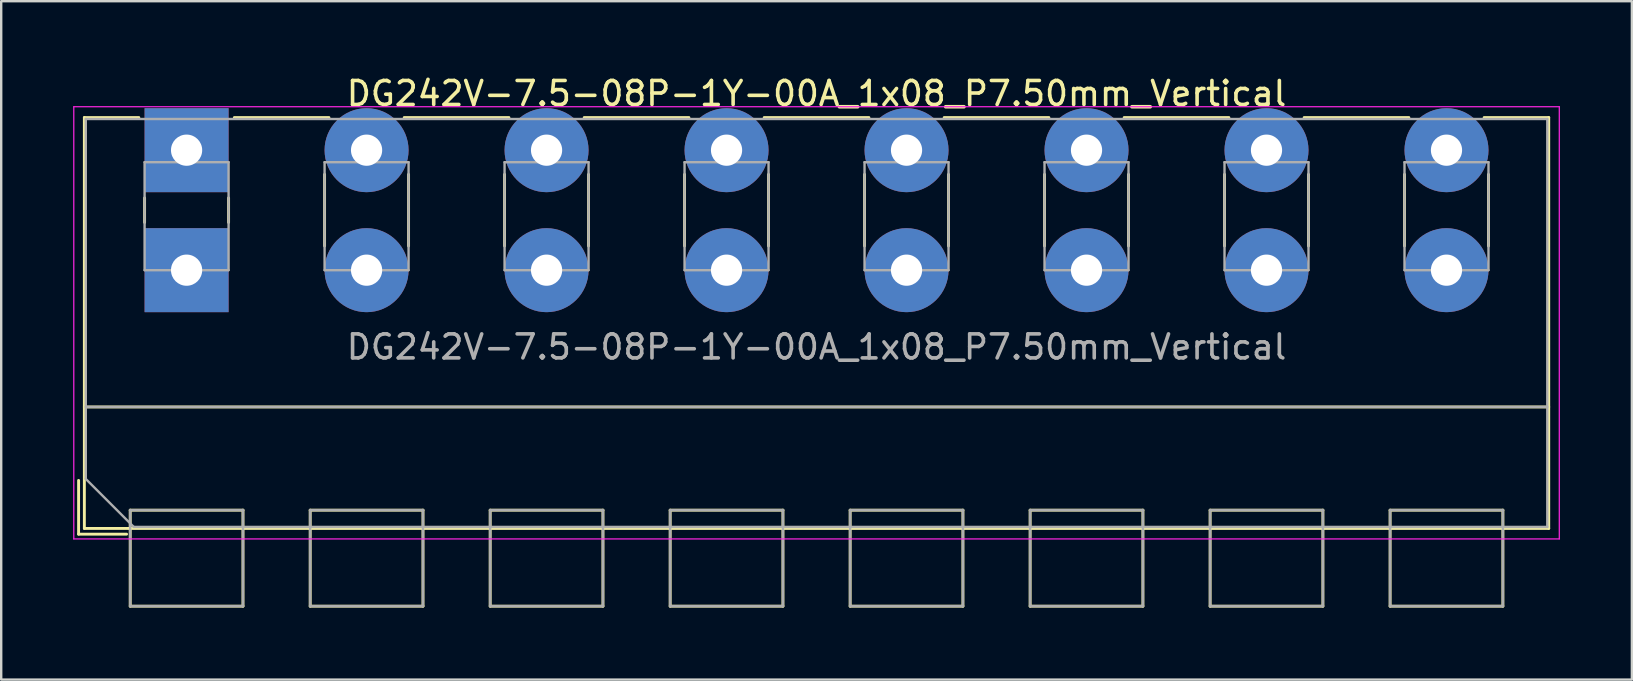
<source format=kicad_pcb>
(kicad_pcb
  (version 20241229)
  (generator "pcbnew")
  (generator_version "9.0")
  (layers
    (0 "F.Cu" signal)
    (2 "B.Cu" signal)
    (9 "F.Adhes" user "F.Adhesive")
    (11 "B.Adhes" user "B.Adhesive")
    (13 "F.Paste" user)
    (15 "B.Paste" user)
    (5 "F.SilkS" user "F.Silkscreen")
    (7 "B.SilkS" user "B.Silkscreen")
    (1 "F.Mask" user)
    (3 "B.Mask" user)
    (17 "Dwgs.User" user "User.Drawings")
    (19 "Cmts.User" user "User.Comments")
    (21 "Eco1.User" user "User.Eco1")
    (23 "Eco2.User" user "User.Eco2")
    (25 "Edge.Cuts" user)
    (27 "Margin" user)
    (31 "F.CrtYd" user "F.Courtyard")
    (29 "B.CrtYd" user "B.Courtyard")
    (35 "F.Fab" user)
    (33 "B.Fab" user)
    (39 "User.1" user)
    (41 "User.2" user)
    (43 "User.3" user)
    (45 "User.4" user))
  (footprint "DG242V-7.5-08P-1Y-00A_1x08_P7.50mm_Vertical"
    (layer "F.Cu")
    (at 4.725 8.208)
    (property "Reference" "DG242V-7.5-08P-1Y-00A_1x08_P7.50mm_Vertical" (at 26.25 -7.36 0) (layer "F.SilkS") (effects (font (size 1 1) (thickness 0.15))))
    (attr through_hole)
    (fp_line (start -4.5 8.76) (end -4.5 11) (stroke (width 0.12) (type solid)) (layer "F.SilkS"))
    (fp_line (start -4.5 11) (end -2.5 11) (stroke (width 0.12) (type solid)) (layer "F.SilkS"))
    (fp_line (start -4.26 -6.36) (end -4.26 10.761) (stroke (width 0.12) (type solid)) (layer "F.SilkS"))
    (fp_line (start -4.26 -6.36) (end -1.99 -6.36) (stroke (width 0.12) (type solid)) (layer "F.SilkS"))
    (fp_line (start -4.26 5.7) (end 56.76 5.7) (stroke (width 0.12) (type solid)) (layer "F.SilkS"))
    (fp_line (start -4.26 10.761) (end 56.76 10.761) (stroke (width 0.12) (type solid)) (layer "F.SilkS"))
    (fp_line (start -2.35 10) (end -2.35 14) (stroke (width 0.12) (type solid)) (layer "F.SilkS"))
    (fp_line (start -2.35 10) (end 2.35 10) (stroke (width 0.12) (type solid)) (layer "F.SilkS"))
    (fp_line (start -2.35 14) (end 2.35 14) (stroke (width 0.12) (type solid)) (layer "F.SilkS"))
    (fp_line (start -1.75 -3.01) (end -1.75 -1.99) (stroke (width 0.12) (type solid)) (layer "F.SilkS"))
    (fp_line (start 1.75 -3.01) (end 1.75 -1.99) (stroke (width 0.12) (type solid)) (layer "F.SilkS"))
    (fp_line (start 1.99 -6.36) (end 5.932 -6.36) (stroke (width 0.12) (type solid)) (layer "F.SilkS"))
    (fp_line (start 2.35 10) (end 2.35 14) (stroke (width 0.12) (type solid)) (layer "F.SilkS"))
    (fp_line (start 5.15 10) (end 5.15 14) (stroke (width 0.12) (type solid)) (layer "F.SilkS"))
    (fp_line (start 5.15 10) (end 9.851 10) (stroke (width 0.12) (type solid)) (layer "F.SilkS"))
    (fp_line (start 5.15 14) (end 9.851 14) (stroke (width 0.12) (type solid)) (layer "F.SilkS"))
    (fp_line (start 5.75 -3.99) (end 5.75 -1.01) (stroke (width 0.12) (type solid)) (layer "F.SilkS"))
    (fp_line (start 9.069 -6.36) (end 13.432 -6.36) (stroke (width 0.12) (type solid)) (layer "F.SilkS"))
    (fp_line (start 9.25 -3.99) (end 9.25 -1.01) (stroke (width 0.12) (type solid)) (layer "F.SilkS"))
    (fp_line (start 9.851 10) (end 9.851 14) (stroke (width 0.12) (type solid)) (layer "F.SilkS"))
    (fp_line (start 12.65 10) (end 12.65 14) (stroke (width 0.12) (type solid)) (layer "F.SilkS"))
    (fp_line (start 12.65 10) (end 17.35 10) (stroke (width 0.12) (type solid)) (layer "F.SilkS"))
    (fp_line (start 12.65 14) (end 17.35 14) (stroke (width 0.12) (type solid)) (layer "F.SilkS"))
    (fp_line (start 13.25 -3.99) (end 13.25 -1.01) (stroke (width 0.12) (type solid)) (layer "F.SilkS"))
    (fp_line (start 16.569 -6.36) (end 20.932 -6.36) (stroke (width 0.12) (type solid)) (layer "F.SilkS"))
    (fp_line (start 16.75 -3.99) (end 16.75 -1.01) (stroke (width 0.12) (type solid)) (layer "F.SilkS"))
    (fp_line (start 17.35 10) (end 17.35 14) (stroke (width 0.12) (type solid)) (layer "F.SilkS"))
    (fp_line (start 20.15 10) (end 20.15 14) (stroke (width 0.12) (type solid)) (layer "F.SilkS"))
    (fp_line (start 20.15 10) (end 24.85 10) (stroke (width 0.12) (type solid)) (layer "F.SilkS"))
    (fp_line (start 20.15 14) (end 24.85 14) (stroke (width 0.12) (type solid)) (layer "F.SilkS"))
    (fp_line (start 20.75 -3.99) (end 20.75 -1.01) (stroke (width 0.12) (type solid)) (layer "F.SilkS"))
    (fp_line (start 24.069 -6.36) (end 28.432 -6.36) (stroke (width 0.12) (type solid)) (layer "F.SilkS"))
    (fp_line (start 24.25 -3.99) (end 24.25 -1.01) (stroke (width 0.12) (type solid)) (layer "F.SilkS"))
    (fp_line (start 24.85 10) (end 24.85 14) (stroke (width 0.12) (type solid)) (layer "F.SilkS"))
    (fp_line (start 27.65 10) (end 27.65 14) (stroke (width 0.12) (type solid)) (layer "F.SilkS"))
    (fp_line (start 27.65 10) (end 32.35 10) (stroke (width 0.12) (type solid)) (layer "F.SilkS"))
    (fp_line (start 27.65 14) (end 32.35 14) (stroke (width 0.12) (type solid)) (layer "F.SilkS"))
    (fp_line (start 28.25 -3.99) (end 28.25 -1.01) (stroke (width 0.12) (type solid)) (layer "F.SilkS"))
    (fp_line (start 31.569 -6.36) (end 35.932 -6.36) (stroke (width 0.12) (type solid)) (layer "F.SilkS"))
    (fp_line (start 31.75 -3.99) (end 31.75 -1.01) (stroke (width 0.12) (type solid)) (layer "F.SilkS"))
    (fp_line (start 32.35 10) (end 32.35 14) (stroke (width 0.12) (type solid)) (layer "F.SilkS"))
    (fp_line (start 35.15 10) (end 35.15 14) (stroke (width 0.12) (type solid)) (layer "F.SilkS"))
    (fp_line (start 35.15 10) (end 39.85 10) (stroke (width 0.12) (type solid)) (layer "F.SilkS"))
    (fp_line (start 35.15 14) (end 39.85 14) (stroke (width 0.12) (type solid)) (layer "F.SilkS"))
    (fp_line (start 35.75 -3.99) (end 35.75 -1.01) (stroke (width 0.12) (type solid)) (layer "F.SilkS"))
    (fp_line (start 39.069 -6.36) (end 43.432 -6.36) (stroke (width 0.12) (type solid)) (layer "F.SilkS"))
    (fp_line (start 39.25 -3.99) (end 39.25 -1.01) (stroke (width 0.12) (type solid)) (layer "F.SilkS"))
    (fp_line (start 39.85 10) (end 39.85 14) (stroke (width 0.12) (type solid)) (layer "F.SilkS"))
    (fp_line (start 42.65 10) (end 42.65 14) (stroke (width 0.12) (type solid)) (layer "F.SilkS"))
    (fp_line (start 42.65 10) (end 47.35 10) (stroke (width 0.12) (type solid)) (layer "F.SilkS"))
    (fp_line (start 42.65 14) (end 47.35 14) (stroke (width 0.12) (type solid)) (layer "F.SilkS"))
    (fp_line (start 43.25 -3.99) (end 43.25 -1.01) (stroke (width 0.12) (type solid)) (layer "F.SilkS"))
    (fp_line (start 46.569 -6.36) (end 50.932 -6.36) (stroke (width 0.12) (type solid)) (layer "F.SilkS"))
    (fp_line (start 46.75 -3.99) (end 46.75 -1.01) (stroke (width 0.12) (type solid)) (layer "F.SilkS"))
    (fp_line (start 47.35 10) (end 47.35 14) (stroke (width 0.12) (type solid)) (layer "F.SilkS"))
    (fp_line (start 50.15 10) (end 50.15 14) (stroke (width 0.12) (type solid)) (layer "F.SilkS"))
    (fp_line (start 50.15 10) (end 54.85 10) (stroke (width 0.12) (type solid)) (layer "F.SilkS"))
    (fp_line (start 50.15 14) (end 54.85 14) (stroke (width 0.12) (type solid)) (layer "F.SilkS"))
    (fp_line (start 50.75 -3.99) (end 50.75 -1.01) (stroke (width 0.12) (type solid)) (layer "F.SilkS"))
    (fp_line (start 54.069 -6.36) (end 56.76 -6.36) (stroke (width 0.12) (type solid)) (layer "F.SilkS"))
    (fp_line (start 54.25 -3.99) (end 54.25 -1.01) (stroke (width 0.12) (type solid)) (layer "F.SilkS"))
    (fp_line (start 54.85 10) (end 54.85 14) (stroke (width 0.12) (type solid)) (layer "F.SilkS"))
    (fp_line (start 56.76 -6.36) (end 56.76 10.761) (stroke (width 0.12) (type solid)) (layer "F.SilkS"))
    (fp_line (start -4.7 -6.81) (end -4.7 11.2) (stroke (width 0.05) (type solid)) (layer "F.CrtYd"))
    (fp_line (start -4.7 11.2) (end 57.2 11.2) (stroke (width 0.05) (type solid)) (layer "F.CrtYd"))
    (fp_line (start 57.2 -6.81) (end -4.7 -6.81) (stroke (width 0.05) (type solid)) (layer "F.CrtYd"))
    (fp_line (start 57.2 11.2) (end 57.2 -6.81) (stroke (width 0.05) (type solid)) (layer "F.CrtYd"))
    (fp_line (start -4.2 -6.3) (end 56.7 -6.3) (stroke (width 0.1) (type solid)) (layer "F.Fab"))
    (fp_line (start -4.2 5.7) (end 56.7 5.7) (stroke (width 0.1) (type solid)) (layer "F.Fab"))
    (fp_line (start -4.2 8.7) (end -4.2 -6.3) (stroke (width 0.1) (type solid)) (layer "F.Fab"))
    (fp_line (start -2.35 10) (end -2.35 14) (stroke (width 0.1) (type solid)) (layer "F.Fab"))
    (fp_line (start -2.35 14) (end 2.35 14) (stroke (width 0.1) (type solid)) (layer "F.Fab"))
    (fp_line (start -2.2 10.7) (end -4.2 8.7) (stroke (width 0.1) (type solid)) (layer "F.Fab"))
    (fp_line (start -1.75 -4.5) (end -1.75 0) (stroke (width 0.1) (type solid)) (layer "F.Fab"))
    (fp_line (start -1.75 0) (end 1.75 0) (stroke (width 0.1) (type solid)) (layer "F.Fab"))
    (fp_line (start 1.75 -4.5) (end -1.75 -4.5) (stroke (width 0.1) (type solid)) (layer "F.Fab"))
    (fp_line (start 1.75 0) (end 1.75 -4.5) (stroke (width 0.1) (type solid)) (layer "F.Fab"))
    (fp_line (start 2.35 10) (end -2.35 10) (stroke (width 0.1) (type solid)) (layer "F.Fab"))
    (fp_line (start 2.35 14) (end 2.35 10) (stroke (width 0.1) (type solid)) (layer "F.Fab"))
    (fp_line (start 5.15 10) (end 5.15 14) (stroke (width 0.1) (type solid)) (layer "F.Fab"))
    (fp_line (start 5.15 14) (end 9.85 14) (stroke (width 0.1) (type solid)) (layer "F.Fab"))
    (fp_line (start 5.75 -4.5) (end 5.75 0) (stroke (width 0.1) (type solid)) (layer "F.Fab"))
    (fp_line (start 5.75 0) (end 9.25 0) (stroke (width 0.1) (type solid)) (layer "F.Fab"))
    (fp_line (start 9.25 -4.5) (end 5.75 -4.5) (stroke (width 0.1) (type solid)) (layer "F.Fab"))
    (fp_line (start 9.25 0) (end 9.25 -4.5) (stroke (width 0.1) (type solid)) (layer "F.Fab"))
    (fp_line (start 9.85 10) (end 5.15 10) (stroke (width 0.1) (type solid)) (layer "F.Fab"))
    (fp_line (start 9.85 14) (end 9.85 10) (stroke (width 0.1) (type solid)) (layer "F.Fab"))
    (fp_line (start 12.65 10) (end 12.65 14) (stroke (width 0.1) (type solid)) (layer "F.Fab"))
    (fp_line (start 12.65 14) (end 17.35 14) (stroke (width 0.1) (type solid)) (layer "F.Fab"))
    (fp_line (start 13.25 -4.5) (end 13.25 0) (stroke (width 0.1) (type solid)) (layer "F.Fab"))
    (fp_line (start 13.25 0) (end 16.75 0) (stroke (width 0.1) (type solid)) (layer "F.Fab"))
    (fp_line (start 16.75 -4.5) (end 13.25 -4.5) (stroke (width 0.1) (type solid)) (layer "F.Fab"))
    (fp_line (start 16.75 0) (end 16.75 -4.5) (stroke (width 0.1) (type solid)) (layer "F.Fab"))
    (fp_line (start 17.35 10) (end 12.65 10) (stroke (width 0.1) (type solid)) (layer "F.Fab"))
    (fp_line (start 17.35 14) (end 17.35 10) (stroke (width 0.1) (type solid)) (layer "F.Fab"))
    (fp_line (start 20.15 10) (end 20.15 14) (stroke (width 0.1) (type solid)) (layer "F.Fab"))
    (fp_line (start 20.15 14) (end 24.85 14) (stroke (width 0.1) (type solid)) (layer "F.Fab"))
    (fp_line (start 20.75 -4.5) (end 20.75 0) (stroke (width 0.1) (type solid)) (layer "F.Fab"))
    (fp_line (start 20.75 0) (end 24.25 0) (stroke (width 0.1) (type solid)) (layer "F.Fab"))
    (fp_line (start 24.25 -4.5) (end 20.75 -4.5) (stroke (width 0.1) (type solid)) (layer "F.Fab"))
    (fp_line (start 24.25 0) (end 24.25 -4.5) (stroke (width 0.1) (type solid)) (layer "F.Fab"))
    (fp_line (start 24.85 10) (end 20.15 10) (stroke (width 0.1) (type solid)) (layer "F.Fab"))
    (fp_line (start 24.85 14) (end 24.85 10) (stroke (width 0.1) (type solid)) (layer "F.Fab"))
    (fp_line (start 27.65 10) (end 27.65 14) (stroke (width 0.1) (type solid)) (layer "F.Fab"))
    (fp_line (start 27.65 14) (end 32.35 14) (stroke (width 0.1) (type solid)) (layer "F.Fab"))
    (fp_line (start 28.25 -4.5) (end 28.25 0) (stroke (width 0.1) (type solid)) (layer "F.Fab"))
    (fp_line (start 28.25 0) (end 31.75 0) (stroke (width 0.1) (type solid)) (layer "F.Fab"))
    (fp_line (start 31.75 -4.5) (end 28.25 -4.5) (stroke (width 0.1) (type solid)) (layer "F.Fab"))
    (fp_line (start 31.75 0) (end 31.75 -4.5) (stroke (width 0.1) (type solid)) (layer "F.Fab"))
    (fp_line (start 32.35 10) (end 27.65 10) (stroke (width 0.1) (type solid)) (layer "F.Fab"))
    (fp_line (start 32.35 14) (end 32.35 10) (stroke (width 0.1) (type solid)) (layer "F.Fab"))
    (fp_line (start 35.15 10) (end 35.15 14) (stroke (width 0.1) (type solid)) (layer "F.Fab"))
    (fp_line (start 35.15 14) (end 39.85 14) (stroke (width 0.1) (type solid)) (layer "F.Fab"))
    (fp_line (start 35.75 -4.5) (end 35.75 0) (stroke (width 0.1) (type solid)) (layer "F.Fab"))
    (fp_line (start 35.75 0) (end 39.25 0) (stroke (width 0.1) (type solid)) (layer "F.Fab"))
    (fp_line (start 39.25 -4.5) (end 35.75 -4.5) (stroke (width 0.1) (type solid)) (layer "F.Fab"))
    (fp_line (start 39.25 0) (end 39.25 -4.5) (stroke (width 0.1) (type solid)) (layer "F.Fab"))
    (fp_line (start 39.85 10) (end 35.15 10) (stroke (width 0.1) (type solid)) (layer "F.Fab"))
    (fp_line (start 39.85 14) (end 39.85 10) (stroke (width 0.1) (type solid)) (layer "F.Fab"))
    (fp_line (start 42.65 10) (end 42.65 14) (stroke (width 0.1) (type solid)) (layer "F.Fab"))
    (fp_line (start 42.65 14) (end 47.35 14) (stroke (width 0.1) (type solid)) (layer "F.Fab"))
    (fp_line (start 43.25 -4.5) (end 43.25 0) (stroke (width 0.1) (type solid)) (layer "F.Fab"))
    (fp_line (start 43.25 0) (end 46.75 0) (stroke (width 0.1) (type solid)) (layer "F.Fab"))
    (fp_line (start 46.75 -4.5) (end 43.25 -4.5) (stroke (width 0.1) (type solid)) (layer "F.Fab"))
    (fp_line (start 46.75 0) (end 46.75 -4.5) (stroke (width 0.1) (type solid)) (layer "F.Fab"))
    (fp_line (start 47.35 10) (end 42.65 10) (stroke (width 0.1) (type solid)) (layer "F.Fab"))
    (fp_line (start 47.35 14) (end 47.35 10) (stroke (width 0.1) (type solid)) (layer "F.Fab"))
    (fp_line (start 50.15 10) (end 50.15 14) (stroke (width 0.1) (type solid)) (layer "F.Fab"))
    (fp_line (start 50.15 14) (end 54.85 14) (stroke (width 0.1) (type solid)) (layer "F.Fab"))
    (fp_line (start 50.75 -4.5) (end 50.75 0) (stroke (width 0.1) (type solid)) (layer "F.Fab"))
    (fp_line (start 50.75 0) (end 54.25 0) (stroke (width 0.1) (type solid)) (layer "F.Fab"))
    (fp_line (start 54.25 -4.5) (end 50.75 -4.5) (stroke (width 0.1) (type solid)) (layer "F.Fab"))
    (fp_line (start 54.25 0) (end 54.25 -4.5) (stroke (width 0.1) (type solid)) (layer "F.Fab"))
    (fp_line (start 54.85 10) (end 50.15 10) (stroke (width 0.1) (type solid)) (layer "F.Fab"))
    (fp_line (start 54.85 14) (end 54.85 10) (stroke (width 0.1) (type solid)) (layer "F.Fab"))
    (fp_line (start 56.7 -6.3) (end 56.7 10.7) (stroke (width 0.1) (type solid)) (layer "F.Fab"))
    (fp_line (start 56.7 10.7) (end -2.2 10.7) (stroke (width 0.1) (type solid)) (layer "F.Fab"))
    (fp_text user "${REFERENCE}" (at 26.25 3.2 0) (layer "F.Fab") (effects (font (size 1 1) (thickness 0.15))))
    (pad "1" thru_hole rect (at 0 -5) (size 3.5 3.5) (drill 1.3) (layers "*.Cu" "*.Mask"))
    (pad "1" thru_hole rect (at 0 0) (size 3.5 3.5) (drill 1.3) (layers "*.Cu" "*.Mask"))
    (pad "2" thru_hole circle (at 7.5 -5) (size 3.5 3.5) (drill 1.3) (layers "*.Cu" "*.Mask"))
    (pad "2" thru_hole circle (at 7.5 0) (size 3.5 3.5) (drill 1.3) (layers "*.Cu" "*.Mask"))
    (pad "3" thru_hole circle (at 15 -5) (size 3.5 3.5) (drill 1.3) (layers "*.Cu" "*.Mask"))
    (pad "3" thru_hole circle (at 15 0) (size 3.5 3.5) (drill 1.3) (layers "*.Cu" "*.Mask"))
    (pad "4" thru_hole circle (at 22.5 -5) (size 3.5 3.5) (drill 1.3) (layers "*.Cu" "*.Mask"))
    (pad "4" thru_hole circle (at 22.5 0) (size 3.5 3.5) (drill 1.3) (layers "*.Cu" "*.Mask"))
    (pad "5" thru_hole circle (at 30 -5) (size 3.5 3.5) (drill 1.3) (layers "*.Cu" "*.Mask"))
    (pad "5" thru_hole circle (at 30 0) (size 3.5 3.5) (drill 1.3) (layers "*.Cu" "*.Mask"))
    (pad "6" thru_hole circle (at 37.5 -5) (size 3.5 3.5) (drill 1.3) (layers "*.Cu" "*.Mask"))
    (pad "6" thru_hole circle (at 37.5 0) (size 3.5 3.5) (drill 1.3) (layers "*.Cu" "*.Mask"))
    (pad "7" thru_hole circle (at 45 -5) (size 3.5 3.5) (drill 1.3) (layers "*.Cu" "*.Mask"))
    (pad "7" thru_hole circle (at 45 0) (size 3.5 3.5) (drill 1.3) (layers "*.Cu" "*.Mask"))
    (pad "8" thru_hole circle (at 52.5 -5) (size 3.5 3.5) (drill 1.3) (layers "*.Cu" "*.Mask"))
    (pad "8" thru_hole circle (at 52.5 0) (size 3.5 3.5) (drill 1.3) (layers "*.Cu" "*.Mask")))
  (gr_rect
    (start -3 -3)
    (end 64.95 25.268)
    (stroke (width 0.1) (type default))
    (fill no)
    (layer "Edge.Cuts")))
</source>
